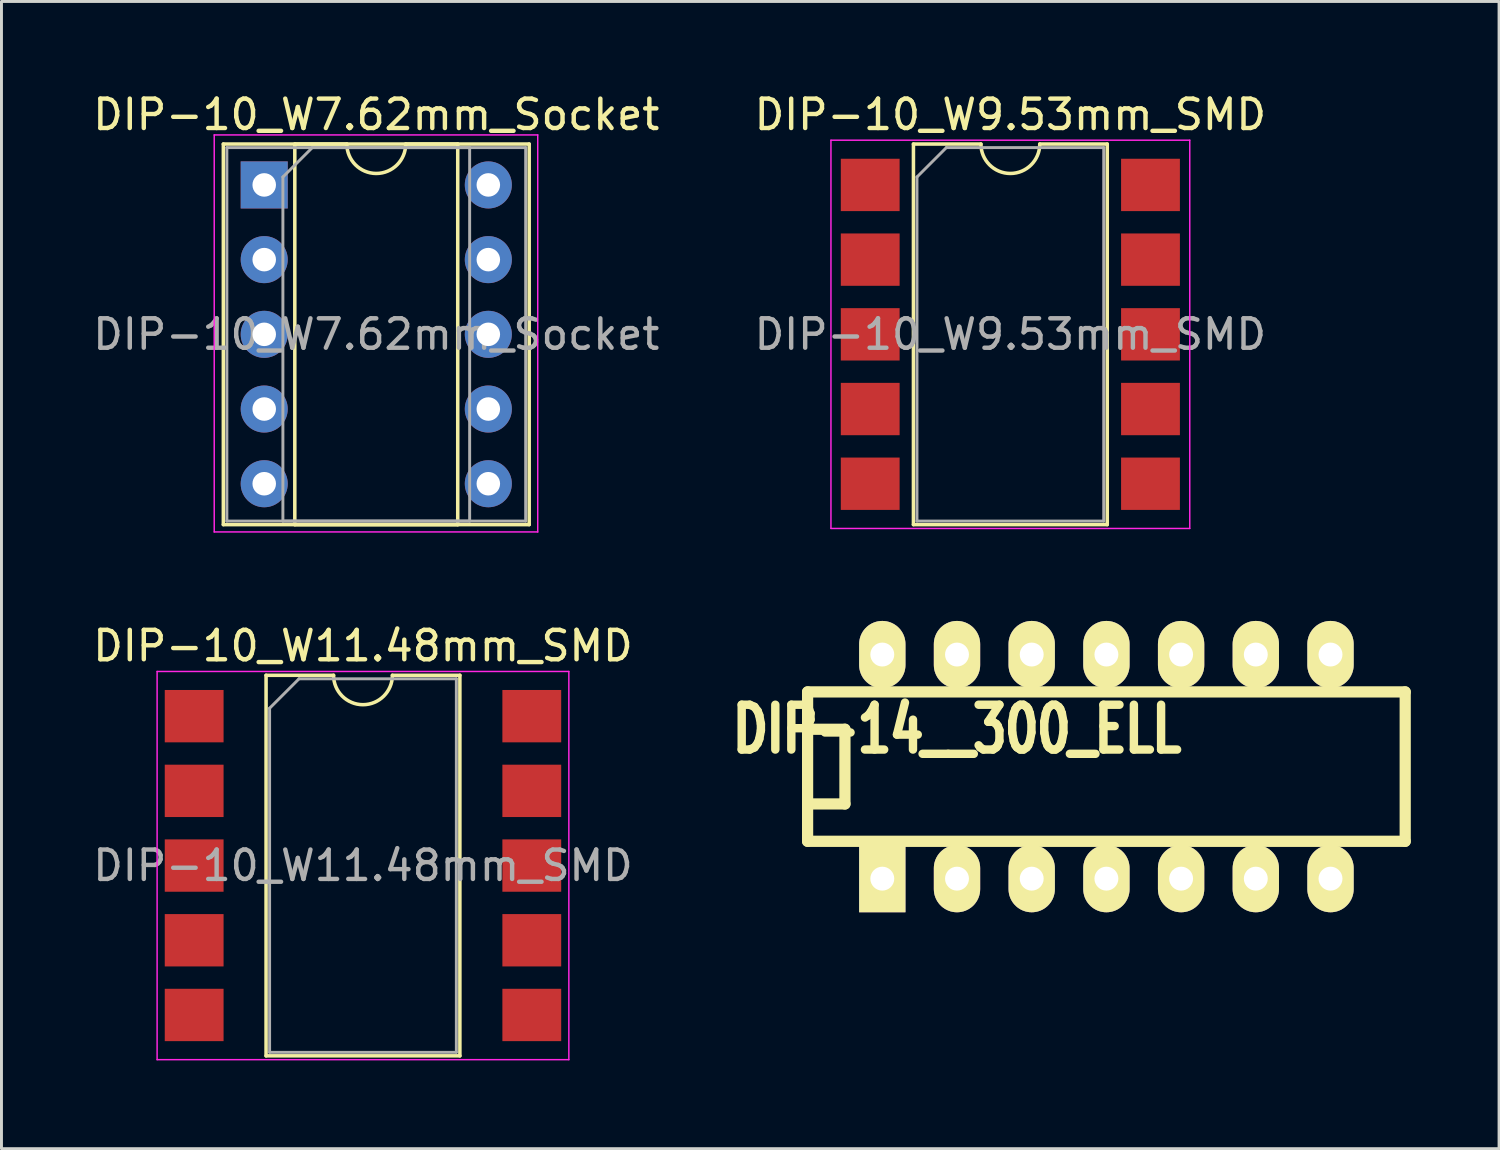
<source format=kicad_pcb>
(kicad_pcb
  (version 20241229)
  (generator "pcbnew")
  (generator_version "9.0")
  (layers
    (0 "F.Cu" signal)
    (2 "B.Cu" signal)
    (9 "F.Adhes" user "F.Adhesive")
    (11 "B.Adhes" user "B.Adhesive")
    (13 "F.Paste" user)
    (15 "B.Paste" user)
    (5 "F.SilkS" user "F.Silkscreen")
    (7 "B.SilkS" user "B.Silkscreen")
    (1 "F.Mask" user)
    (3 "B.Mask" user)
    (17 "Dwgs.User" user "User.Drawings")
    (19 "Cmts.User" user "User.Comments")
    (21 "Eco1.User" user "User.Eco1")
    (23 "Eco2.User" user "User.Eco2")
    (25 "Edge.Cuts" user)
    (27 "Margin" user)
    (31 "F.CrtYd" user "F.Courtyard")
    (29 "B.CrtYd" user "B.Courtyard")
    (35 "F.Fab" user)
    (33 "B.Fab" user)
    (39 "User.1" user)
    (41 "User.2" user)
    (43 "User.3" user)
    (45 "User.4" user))
  (footprint "DIP-14__300_ELL"
    (layer "F.Cu")
    (at 34.57 23.016)
    (property "Reference" "DIP-14__300_ELL" (at -5.08 -1.27 0) (layer "F.SilkS") (effects (font (size 1.524 1.143) (thickness 0.305))))
    (attr through_hole)
    (fp_line (start -10.16 -2.54) (end 10.16 -2.54) (stroke (width 0.381) (type solid)) (layer "F.SilkS"))
    (fp_line (start -10.16 -1.27) (end -8.89 -1.27) (stroke (width 0.381) (type solid)) (layer "F.SilkS"))
    (fp_line (start -10.16 2.54) (end -10.16 -2.54) (stroke (width 0.381) (type solid)) (layer "F.SilkS"))
    (fp_line (start -8.89 -1.27) (end -8.89 1.27) (stroke (width 0.381) (type solid)) (layer "F.SilkS"))
    (fp_line (start -8.89 1.27) (end -10.16 1.27) (stroke (width 0.381) (type solid)) (layer "F.SilkS"))
    (fp_line (start 10.16 -2.54) (end 10.16 2.54) (stroke (width 0.381) (type solid)) (layer "F.SilkS"))
    (fp_line (start 10.16 2.54) (end -10.16 2.54) (stroke (width 0.381) (type solid)) (layer "F.SilkS"))
    (pad "1" thru_hole rect (at -7.62 3.81) (size 1.575 2.286) (drill 0.813) (layers "*.Cu" "*.Mask" "F.SilkS"))
    (pad "2" thru_hole oval (at -5.08 3.81) (size 1.575 2.286) (drill 0.813) (layers "*.Cu" "*.Mask" "F.SilkS"))
    (pad "3" thru_hole oval (at -2.54 3.81) (size 1.575 2.286) (drill 0.813) (layers "*.Cu" "*.Mask" "F.SilkS"))
    (pad "4" thru_hole oval (at 0 3.81) (size 1.575 2.286) (drill 0.813) (layers "*.Cu" "*.Mask" "F.SilkS"))
    (pad "5" thru_hole oval (at 2.54 3.81) (size 1.575 2.286) (drill 0.813) (layers "*.Cu" "*.Mask" "F.SilkS"))
    (pad "6" thru_hole oval (at 5.08 3.81) (size 1.575 2.286) (drill 0.813) (layers "*.Cu" "*.Mask" "F.SilkS"))
    (pad "7" thru_hole oval (at 7.62 3.81) (size 1.575 2.286) (drill 0.813) (layers "*.Cu" "*.Mask" "F.SilkS"))
    (pad "8" thru_hole oval (at 7.62 -3.81) (size 1.575 2.286) (drill 0.813) (layers "*.Cu" "*.Mask" "F.SilkS"))
    (pad "9" thru_hole oval (at 5.08 -3.81) (size 1.575 2.286) (drill 0.813) (layers "*.Cu" "*.Mask" "F.SilkS"))
    (pad "10" thru_hole oval (at 2.54 -3.81) (size 1.575 2.286) (drill 0.813) (layers "*.Cu" "*.Mask" "F.SilkS"))
    (pad "11" thru_hole oval (at 0 -3.81) (size 1.575 2.286) (drill 0.813) (layers "*.Cu" "*.Mask" "F.SilkS"))
    (pad "12" thru_hole oval (at -2.54 -3.81) (size 1.575 2.286) (drill 0.813) (layers "*.Cu" "*.Mask" "F.SilkS"))
    (pad "13" thru_hole oval (at -5.08 -3.81) (size 1.575 2.286) (drill 0.813) (layers "*.Cu" "*.Mask" "F.SilkS"))
    (pad "14" thru_hole oval (at -7.62 -3.81) (size 1.575 2.286) (drill 0.813) (layers "*.Cu" "*.Mask" "F.SilkS")))
  (footprint "DIP-10_W11.48mm_SMD"
    (layer "F.Cu")
    (at 9.292 26.381)
    (property "Reference" "DIP-10_W11.48mm_SMD" (at 0 -7.47 0) (layer "F.SilkS") (effects (font (size 1 1) (thickness 0.15))))
    (attr smd)
    (fp_line (start -3.295 -6.47) (end -3.295 6.47) (stroke (width 0.12) (type solid)) (layer "F.SilkS"))
    (fp_line (start -3.295 6.47) (end 3.295 6.47) (stroke (width 0.12) (type solid)) (layer "F.SilkS"))
    (fp_line (start -1 -6.47) (end -3.295 -6.47) (stroke (width 0.12) (type solid)) (layer "F.SilkS"))
    (fp_line (start 3.295 -6.47) (end 1 -6.47) (stroke (width 0.12) (type solid)) (layer "F.SilkS"))
    (fp_line (start 3.295 6.47) (end 3.295 -6.47) (stroke (width 0.12) (type solid)) (layer "F.SilkS"))
    (fp_arc (start 1 -6.47) (mid 0 -5.47) (end -1 -6.47) (stroke (width 0.12) (type solid)) (layer "F.SilkS"))
    (fp_line (start -7 -6.6) (end -7 6.6) (stroke (width 0.05) (type solid)) (layer "F.CrtYd"))
    (fp_line (start -7 6.6) (end 7 6.6) (stroke (width 0.05) (type solid)) (layer "F.CrtYd"))
    (fp_line (start 7 -6.6) (end -7 -6.6) (stroke (width 0.05) (type solid)) (layer "F.CrtYd"))
    (fp_line (start 7 6.6) (end 7 -6.6) (stroke (width 0.05) (type solid)) (layer "F.CrtYd"))
    (fp_line (start -3.175 -5.35) (end -2.175 -6.35) (stroke (width 0.1) (type solid)) (layer "F.Fab"))
    (fp_line (start -3.175 6.35) (end -3.175 -5.35) (stroke (width 0.1) (type solid)) (layer "F.Fab"))
    (fp_line (start -2.175 -6.35) (end 3.175 -6.35) (stroke (width 0.1) (type solid)) (layer "F.Fab"))
    (fp_line (start 3.175 -6.35) (end 3.175 6.35) (stroke (width 0.1) (type solid)) (layer "F.Fab"))
    (fp_line (start 3.175 6.35) (end -3.175 6.35) (stroke (width 0.1) (type solid)) (layer "F.Fab"))
    (fp_text user "${REFERENCE}" (at 0 0 0) (layer "F.Fab") (effects (font (size 1 1) (thickness 0.15))))
    (pad "1" smd rect (at -5.74 -5.08) (size 2 1.78) (layers "F.Cu" "F.Mask" "F.Paste"))
    (pad "2" smd rect (at -5.74 -2.54) (size 2 1.78) (layers "F.Cu" "F.Mask" "F.Paste"))
    (pad "3" smd rect (at -5.74 0) (size 2 1.78) (layers "F.Cu" "F.Mask" "F.Paste"))
    (pad "4" smd rect (at -5.74 2.54) (size 2 1.78) (layers "F.Cu" "F.Mask" "F.Paste"))
    (pad "5" smd rect (at -5.74 5.08) (size 2 1.78) (layers "F.Cu" "F.Mask" "F.Paste"))
    (pad "6" smd rect (at 5.74 5.08) (size 2 1.78) (layers "F.Cu" "F.Mask" "F.Paste"))
    (pad "7" smd rect (at 5.74 2.54) (size 2 1.78) (layers "F.Cu" "F.Mask" "F.Paste"))
    (pad "8" smd rect (at 5.74 0) (size 2 1.78) (layers "F.Cu" "F.Mask" "F.Paste"))
    (pad "9" smd rect (at 5.74 -2.54) (size 2 1.78) (layers "F.Cu" "F.Mask" "F.Paste"))
    (pad "10" smd rect (at 5.74 -5.08) (size 2 1.78) (layers "F.Cu" "F.Mask" "F.Paste")))
  (footprint "DIP-10_W7.62mm_Socket"
    (layer "F.Cu")
    (at 5.934 3.238)
    (property "Reference" "DIP-10_W7.62mm_Socket" (at 3.81 -2.39 0) (layer "F.SilkS") (effects (font (size 1 1) (thickness 0.15))))
    (attr through_hole)
    (fp_line (start -1.39 -1.39) (end -1.39 11.55) (stroke (width 0.12) (type solid)) (layer "F.SilkS"))
    (fp_line (start -1.39 11.55) (end 9.01 11.55) (stroke (width 0.12) (type solid)) (layer "F.SilkS"))
    (fp_line (start 1.04 -1.39) (end 1.04 11.55) (stroke (width 0.12) (type solid)) (layer "F.SilkS"))
    (fp_line (start 1.04 11.55) (end 6.58 11.55) (stroke (width 0.12) (type solid)) (layer "F.SilkS"))
    (fp_line (start 2.81 -1.39) (end 1.04 -1.39) (stroke (width 0.12) (type solid)) (layer "F.SilkS"))
    (fp_line (start 6.58 -1.39) (end 4.81 -1.39) (stroke (width 0.12) (type solid)) (layer "F.SilkS"))
    (fp_line (start 6.58 11.55) (end 6.58 -1.39) (stroke (width 0.12) (type solid)) (layer "F.SilkS"))
    (fp_line (start 9.01 -1.39) (end -1.39 -1.39) (stroke (width 0.12) (type solid)) (layer "F.SilkS"))
    (fp_line (start 9.01 11.55) (end 9.01 -1.39) (stroke (width 0.12) (type solid)) (layer "F.SilkS"))
    (fp_arc (start 4.81 -1.39) (mid 3.81 -0.39) (end 2.81 -1.39) (stroke (width 0.12) (type solid)) (layer "F.SilkS"))
    (fp_line (start -1.7 -1.7) (end -1.7 11.8) (stroke (width 0.05) (type solid)) (layer "F.CrtYd"))
    (fp_line (start -1.7 11.8) (end 9.3 11.8) (stroke (width 0.05) (type solid)) (layer "F.CrtYd"))
    (fp_line (start 9.3 -1.7) (end -1.7 -1.7) (stroke (width 0.05) (type solid)) (layer "F.CrtYd"))
    (fp_line (start 9.3 11.8) (end 9.3 -1.7) (stroke (width 0.05) (type solid)) (layer "F.CrtYd"))
    (fp_line (start -1.27 -1.27) (end -1.27 11.43) (stroke (width 0.1) (type solid)) (layer "F.Fab"))
    (fp_line (start -1.27 11.43) (end 8.89 11.43) (stroke (width 0.1) (type solid)) (layer "F.Fab"))
    (fp_line (start 0.635 -0.27) (end 1.635 -1.27) (stroke (width 0.1) (type solid)) (layer "F.Fab"))
    (fp_line (start 0.635 11.43) (end 0.635 -0.27) (stroke (width 0.1) (type solid)) (layer "F.Fab"))
    (fp_line (start 1.635 -1.27) (end 6.985 -1.27) (stroke (width 0.1) (type solid)) (layer "F.Fab"))
    (fp_line (start 6.985 -1.27) (end 6.985 11.43) (stroke (width 0.1) (type solid)) (layer "F.Fab"))
    (fp_line (start 6.985 11.43) (end 0.635 11.43) (stroke (width 0.1) (type solid)) (layer "F.Fab"))
    (fp_line (start 8.89 -1.27) (end -1.27 -1.27) (stroke (width 0.1) (type solid)) (layer "F.Fab"))
    (fp_line (start 8.89 11.43) (end 8.89 -1.27) (stroke (width 0.1) (type solid)) (layer "F.Fab"))
    (fp_text user "${REFERENCE}" (at 3.81 5.08 0) (layer "F.Fab") (effects (font (size 1 1) (thickness 0.15))))
    (pad "1" thru_hole rect (at 0 0) (size 1.6 1.6) (drill 0.8) (layers "*.Cu" "*.Mask"))
    (pad "2" thru_hole oval (at 0 2.54) (size 1.6 1.6) (drill 0.8) (layers "*.Cu" "*.Mask"))
    (pad "3" thru_hole oval (at 0 5.08) (size 1.6 1.6) (drill 0.8) (layers "*.Cu" "*.Mask"))
    (pad "4" thru_hole oval (at 0 7.62) (size 1.6 1.6) (drill 0.8) (layers "*.Cu" "*.Mask"))
    (pad "5" thru_hole oval (at 0 10.16) (size 1.6 1.6) (drill 0.8) (layers "*.Cu" "*.Mask"))
    (pad "6" thru_hole oval (at 7.62 10.16) (size 1.6 1.6) (drill 0.8) (layers "*.Cu" "*.Mask"))
    (pad "7" thru_hole oval (at 7.62 7.62) (size 1.6 1.6) (drill 0.8) (layers "*.Cu" "*.Mask"))
    (pad "8" thru_hole oval (at 7.62 5.08) (size 1.6 1.6) (drill 0.8) (layers "*.Cu" "*.Mask"))
    (pad "9" thru_hole oval (at 7.62 2.54) (size 1.6 1.6) (drill 0.8) (layers "*.Cu" "*.Mask"))
    (pad "10" thru_hole oval (at 7.62 0) (size 1.6 1.6) (drill 0.8) (layers "*.Cu" "*.Mask")))
  (footprint "DIP-10_W9.53mm_SMD"
    (layer "F.Cu")
    (at 31.304 8.318)
    (property "Reference" "DIP-10_W9.53mm_SMD" (at 0 -7.47 0) (layer "F.SilkS") (effects (font (size 1 1) (thickness 0.15))))
    (attr smd)
    (fp_line (start -3.295 -6.47) (end -3.295 6.47) (stroke (width 0.12) (type solid)) (layer "F.SilkS"))
    (fp_line (start -3.295 6.47) (end 3.295 6.47) (stroke (width 0.12) (type solid)) (layer "F.SilkS"))
    (fp_line (start -1 -6.47) (end -3.295 -6.47) (stroke (width 0.12) (type solid)) (layer "F.SilkS"))
    (fp_line (start 3.295 -6.47) (end 1 -6.47) (stroke (width 0.12) (type solid)) (layer "F.SilkS"))
    (fp_line (start 3.295 6.47) (end 3.295 -6.47) (stroke (width 0.12) (type solid)) (layer "F.SilkS"))
    (fp_arc (start 1 -6.47) (mid 0 -5.47) (end -1 -6.47) (stroke (width 0.12) (type solid)) (layer "F.SilkS"))
    (fp_line (start -6.1 -6.6) (end -6.1 6.6) (stroke (width 0.05) (type solid)) (layer "F.CrtYd"))
    (fp_line (start -6.1 6.6) (end 6.1 6.6) (stroke (width 0.05) (type solid)) (layer "F.CrtYd"))
    (fp_line (start 6.1 -6.6) (end -6.1 -6.6) (stroke (width 0.05) (type solid)) (layer "F.CrtYd"))
    (fp_line (start 6.1 6.6) (end 6.1 -6.6) (stroke (width 0.05) (type solid)) (layer "F.CrtYd"))
    (fp_line (start -3.175 -5.35) (end -2.175 -6.35) (stroke (width 0.1) (type solid)) (layer "F.Fab"))
    (fp_line (start -3.175 6.35) (end -3.175 -5.35) (stroke (width 0.1) (type solid)) (layer "F.Fab"))
    (fp_line (start -2.175 -6.35) (end 3.175 -6.35) (stroke (width 0.1) (type solid)) (layer "F.Fab"))
    (fp_line (start 3.175 -6.35) (end 3.175 6.35) (stroke (width 0.1) (type solid)) (layer "F.Fab"))
    (fp_line (start 3.175 6.35) (end -3.175 6.35) (stroke (width 0.1) (type solid)) (layer "F.Fab"))
    (fp_text user "${REFERENCE}" (at 0 0 0) (layer "F.Fab") (effects (font (size 1 1) (thickness 0.15))))
    (pad "1" smd rect (at -4.765 -5.08) (size 2 1.78) (layers "F.Cu" "F.Mask" "F.Paste"))
    (pad "2" smd rect (at -4.765 -2.54) (size 2 1.78) (layers "F.Cu" "F.Mask" "F.Paste"))
    (pad "3" smd rect (at -4.765 0) (size 2 1.78) (layers "F.Cu" "F.Mask" "F.Paste"))
    (pad "4" smd rect (at -4.765 2.54) (size 2 1.78) (layers "F.Cu" "F.Mask" "F.Paste"))
    (pad "5" smd rect (at -4.765 5.08) (size 2 1.78) (layers "F.Cu" "F.Mask" "F.Paste"))
    (pad "6" smd rect (at 4.765 5.08) (size 2 1.78) (layers "F.Cu" "F.Mask" "F.Paste"))
    (pad "7" smd rect (at 4.765 2.54) (size 2 1.78) (layers "F.Cu" "F.Mask" "F.Paste"))
    (pad "8" smd rect (at 4.765 0) (size 2 1.78) (layers "F.Cu" "F.Mask" "F.Paste"))
    (pad "9" smd rect (at 4.765 -2.54) (size 2 1.78) (layers "F.Cu" "F.Mask" "F.Paste"))
    (pad "10" smd rect (at 4.765 -5.08) (size 2 1.78) (layers "F.Cu" "F.Mask" "F.Paste")))
  (gr_rect
    (start -3 -3)
    (end 47.921 36.007)
    (stroke (width 0.1) (type default))
    (fill no)
    (layer "Edge.Cuts")))
</source>
